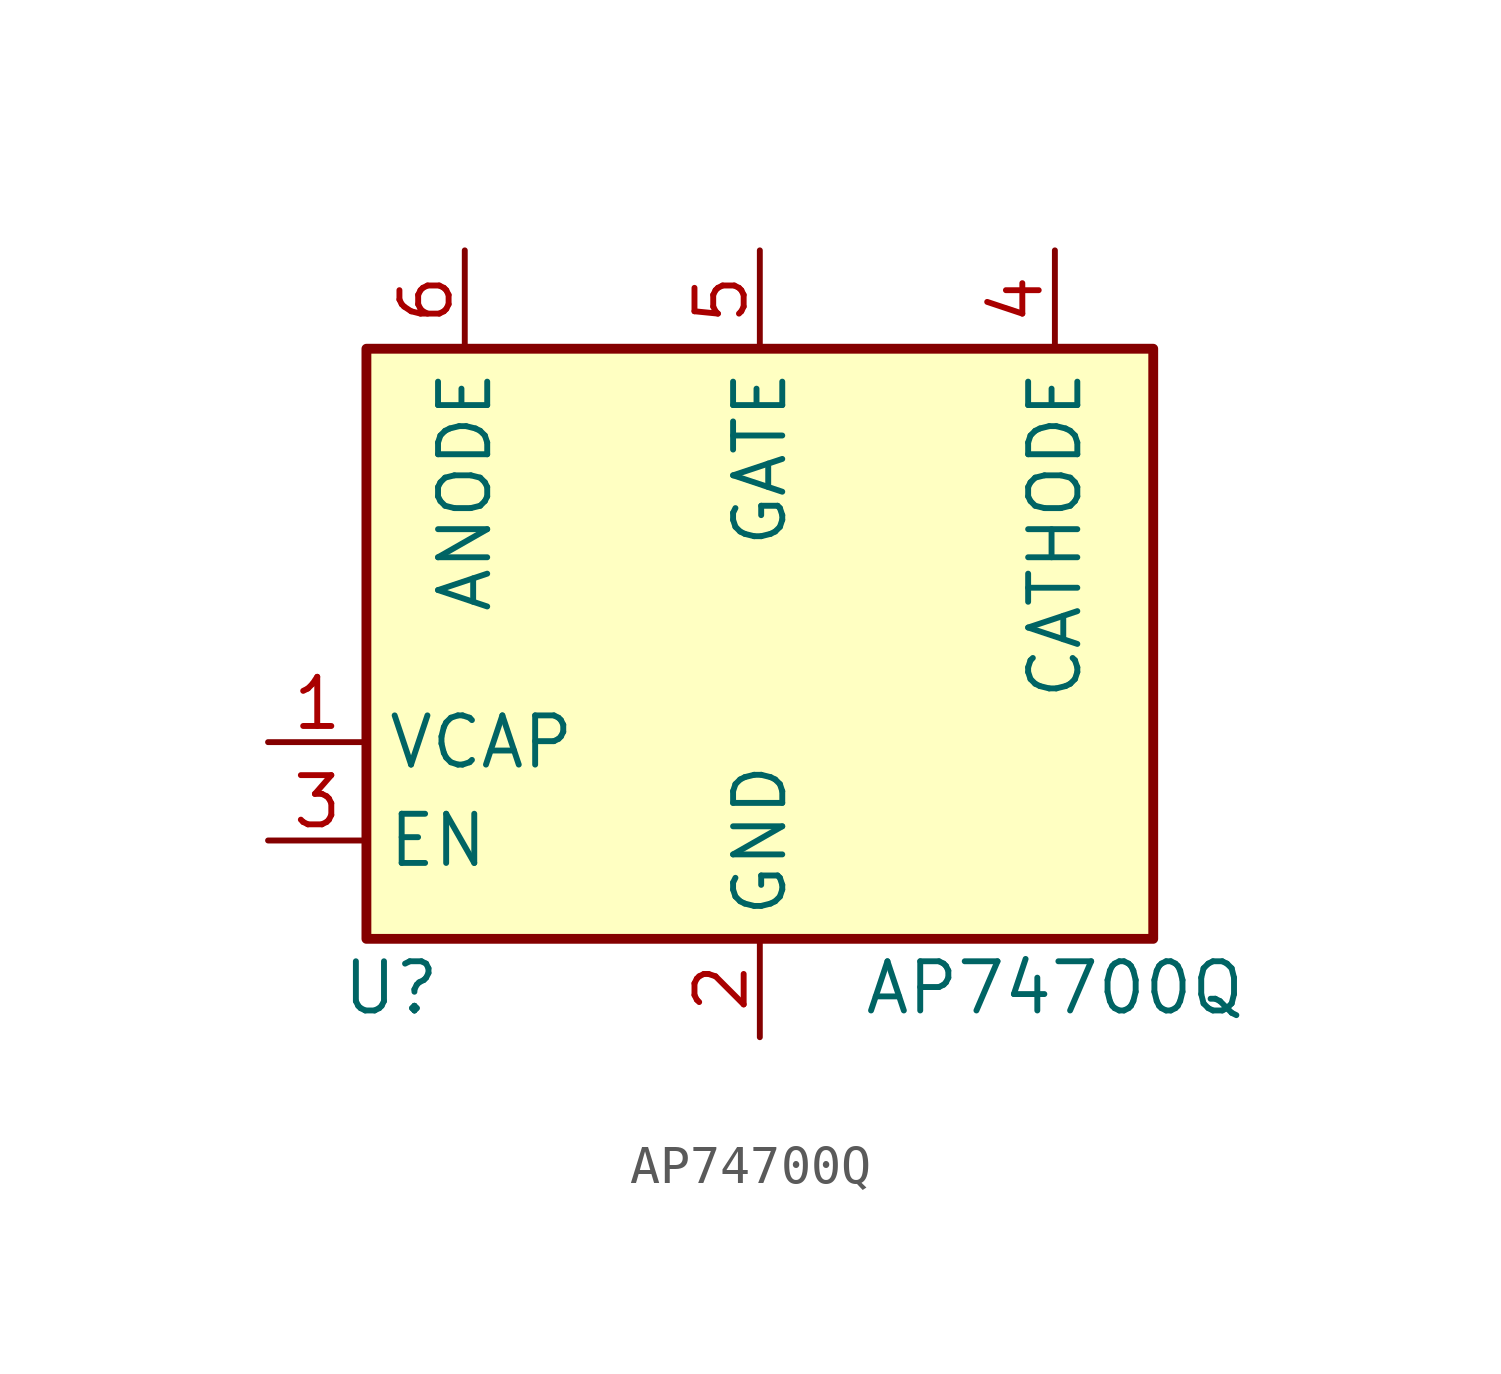
<source format=kicad_sym>
(kicad_symbol_lib
  (version 20241209)
  (generator "kicad_symbol_editor")
  (generator_version "9.0")
  (symbol "AP74700Q"
    (property "Reference" "U"
      (at -9.525 -8.89 0)
      (effects (font (size 1.27 1.27))))
    (property "Value" "AP74700Q"
      (at 7.62 -8.89 0)
      (effects (font (size 1.27 1.27))))
    (symbol "AP74700Q_0_1"
      (rectangle (start -10.16 7.62) (end 10.16 -7.62) (stroke (width 0.254) (type default)) (fill (type background))))
    (symbol "AP74700Q_1_1"
      (pin passive line (at -12.7 -2.54 0) (length 2.54) (name "VCAP" (effects (font (size 1.27 1.27)))) (number "1" (effects (font (size 1.27 1.27)))))
      (pin input line (at -12.7 -5.08 0) (length 2.54) (name "EN" (effects (font (size 1.27 1.27)))) (number "3" (effects (font (size 1.27 1.27)))))
      (pin power_in line (at -7.62 10.16 270) (length 2.54) (name "ANODE" (effects (font (size 1.27 1.27)))) (number "6" (effects (font (size 1.27 1.27)))))
      (pin output line (at 0 10.16 270) (length 2.54) (name "GATE" (effects (font (size 1.27 1.27)))) (number "5" (effects (font (size 1.27 1.27)))))
      (pin power_in line (at 0 -10.16 90) (length 2.54) (name "GND" (effects (font (size 1.27 1.27)))) (number "2" (effects (font (size 1.27 1.27)))))
      (pin input line (at 7.62 10.16 270) (length 2.54) (name "CATHODE" (effects (font (size 1.27 1.27)))) (number "4" (effects (font (size 1.27 1.27))))))))
</source>
